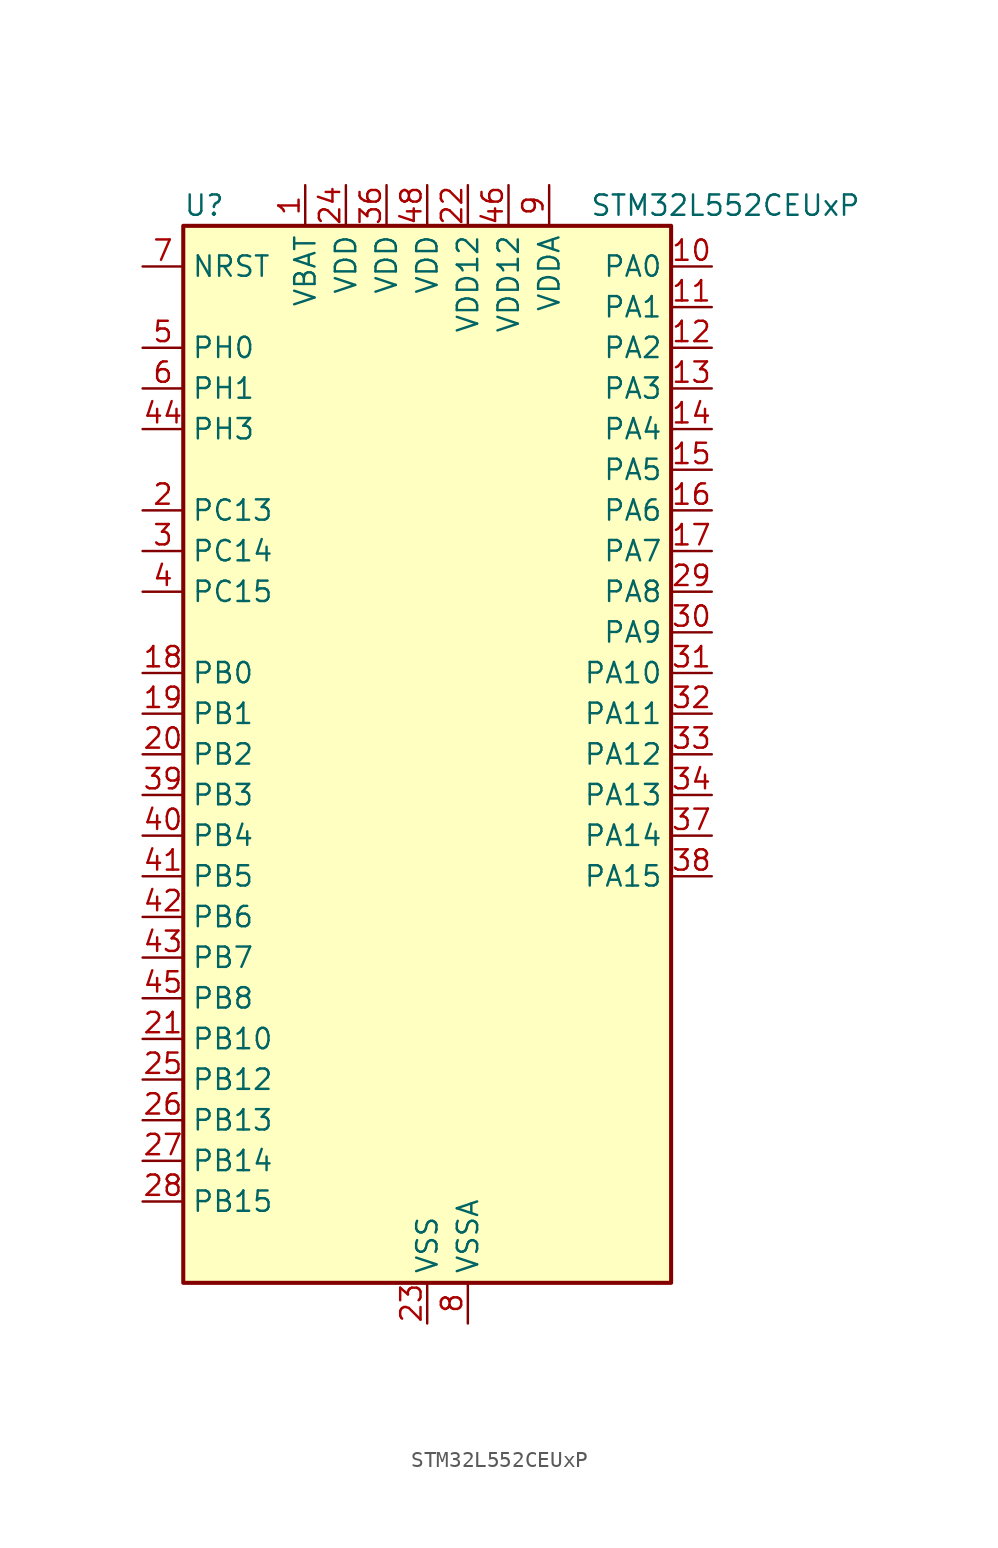
<source format=kicad_sym>
(kicad_symbol_lib
  (version 20231120)
  (generator "kicad-library-utils")
  (generator_version "8.0")
  (symbol "STM32L552CEUxP"
    (property "Reference" "U"
      (at -15.24 34.29 0)
      (effects (font (size 1.27 1.27)) (justify left)))
    (property "Value" "STM32L552CEUxP"
      (at 10.16 34.29 0)
      (effects (font (size 1.27 1.27)) (justify left)))
    (property "ki_locked" ""
      (at 0 0 0)
      (effects (font (size 1.27 1.27))))
    (symbol "STM32L552CEUxP_0_1"
      (rectangle (start -15.24 -33.02) (end 15.24 33.02) (stroke (width 0.254) (type default)) (fill (type background))))
    (symbol "STM32L552CEUxP_1_1"
      (pin power_in line (at -7.62 35.56 270) (length 2.54) (name "VBAT" (effects (font (size 1.27 1.27)))) (number "1" (effects (font (size 1.27 1.27)))))
      (pin bidirectional line (at 17.78 30.48 180) (length 2.54) (name "PA0" (effects (font (size 1.27 1.27)))) (number "10" (effects (font (size 1.27 1.27)))) (alternate "ADC1_IN5" bidirectional line) (alternate "ADC2_IN5" bidirectional line) (alternate "OPAMP1_VINP" bidirectional line) (alternate "PWR_WKUP1" bidirectional line) (alternate "SAI1_EXTCLK" bidirectional line) (alternate "TAMP_IN2" bidirectional line) (alternate "TAMP_OUT1" bidirectional line) (alternate "TIM2_CH1" bidirectional line) (alternate "TIM2_ETR" bidirectional line) (alternate "TIM5_CH1" bidirectional line) (alternate "TIM8_ETR" bidirectional line) (alternate "UART4_TX" bidirectional line) (alternate "USART2_CTS" bidirectional line) (alternate "USART2_NSS" bidirectional line))
      (pin bidirectional line (at 17.78 27.94 180) (length 2.54) (name "PA1" (effects (font (size 1.27 1.27)))) (number "11" (effects (font (size 1.27 1.27)))) (alternate "ADC1_IN6" bidirectional line) (alternate "ADC2_IN6" bidirectional line) (alternate "I2C1_SMBA" bidirectional line) (alternate "OCTOSPI1_DQS" bidirectional line) (alternate "OPAMP1_VINM" bidirectional line) (alternate "SPI1_SCK" bidirectional line) (alternate "TAMP_IN5" bidirectional line) (alternate "TAMP_OUT4" bidirectional line) (alternate "TIM15_CH1N" bidirectional line) (alternate "TIM2_CH2" bidirectional line) (alternate "TIM5_CH2" bidirectional line) (alternate "UART4_RX" bidirectional line) (alternate "USART2_DE" bidirectional line) (alternate "USART2_RTS" bidirectional line))
      (pin bidirectional line (at 17.78 25.4 180) (length 2.54) (name "PA2" (effects (font (size 1.27 1.27)))) (number "12" (effects (font (size 1.27 1.27)))) (alternate "ADC1_IN7" bidirectional line) (alternate "ADC2_IN7" bidirectional line) (alternate "COMP1_INP" bidirectional line) (alternate "LPUART1_TX" bidirectional line) (alternate "OCTOSPI1_NCS" bidirectional line) (alternate "PWR_WKUP4" bidirectional line) (alternate "RCC_LSCO" bidirectional line) (alternate "SAI2_EXTCLK" bidirectional line) (alternate "TIM15_CH1" bidirectional line) (alternate "TIM2_CH3" bidirectional line) (alternate "TIM5_CH3" bidirectional line) (alternate "UCPD1_FRSTX1" bidirectional line) (alternate "USART2_TX" bidirectional line))
      (pin bidirectional line (at 17.78 22.86 180) (length 2.54) (name "PA3" (effects (font (size 1.27 1.27)))) (number "13" (effects (font (size 1.27 1.27)))) (alternate "ADC1_IN8" bidirectional line) (alternate "ADC2_IN8" bidirectional line) (alternate "LPUART1_RX" bidirectional line) (alternate "OCTOSPI1_CLK" bidirectional line) (alternate "OPAMP1_VOUT" bidirectional line) (alternate "SAI1_CK1" bidirectional line) (alternate "SAI1_MCLK_A" bidirectional line) (alternate "TIM15_CH2" bidirectional line) (alternate "TIM2_CH4" bidirectional line) (alternate "TIM5_CH4" bidirectional line) (alternate "USART2_RX" bidirectional line))
      (pin bidirectional line (at 17.78 20.32 180) (length 2.54) (name "PA4" (effects (font (size 1.27 1.27)))) (number "14" (effects (font (size 1.27 1.27)))) (alternate "ADC1_IN9" bidirectional line) (alternate "ADC2_IN9" bidirectional line) (alternate "DAC1_OUT1" bidirectional line) (alternate "LPTIM2_OUT" bidirectional line) (alternate "OCTOSPI1_NCS" bidirectional line) (alternate "SAI1_FS_B" bidirectional line) (alternate "SPI1_NSS" bidirectional line) (alternate "SPI3_NSS" bidirectional line) (alternate "USART2_CK" bidirectional line))
      (pin bidirectional line (at 17.78 17.78 180) (length 2.54) (name "PA5" (effects (font (size 1.27 1.27)))) (number "15" (effects (font (size 1.27 1.27)))) (alternate "ADC1_IN10" bidirectional line) (alternate "ADC2_IN10" bidirectional line) (alternate "DAC1_OUT2" bidirectional line) (alternate "LPTIM2_ETR" bidirectional line) (alternate "SPI1_SCK" bidirectional line) (alternate "TIM2_CH1" bidirectional line) (alternate "TIM2_ETR" bidirectional line) (alternate "TIM8_CH1N" bidirectional line))
      (pin bidirectional line (at 17.78 15.24 180) (length 2.54) (name "PA6" (effects (font (size 1.27 1.27)))) (number "16" (effects (font (size 1.27 1.27)))) (alternate "ADC1_IN11" bidirectional line) (alternate "ADC2_IN11" bidirectional line) (alternate "LPUART1_CTS" bidirectional line) (alternate "OCTOSPI1_IO3" bidirectional line) (alternate "OPAMP2_VINP" bidirectional line) (alternate "SPI1_MISO" bidirectional line) (alternate "TIM16_CH1" bidirectional line) (alternate "TIM1_BKIN" bidirectional line) (alternate "TIM3_CH1" bidirectional line) (alternate "TIM8_BKIN" bidirectional line) (alternate "USART3_CTS" bidirectional line) (alternate "USART3_NSS" bidirectional line))
      (pin bidirectional line (at 17.78 12.7 180) (length 2.54) (name "PA7" (effects (font (size 1.27 1.27)))) (number "17" (effects (font (size 1.27 1.27)))) (alternate "ADC1_IN12" bidirectional line) (alternate "ADC2_IN12" bidirectional line) (alternate "I2C3_SCL" bidirectional line) (alternate "OCTOSPI1_IO2" bidirectional line) (alternate "OPAMP2_VINM" bidirectional line) (alternate "SPI1_MOSI" bidirectional line) (alternate "TIM17_CH1" bidirectional line) (alternate "TIM1_CH1N" bidirectional line) (alternate "TIM3_CH2" bidirectional line) (alternate "TIM8_CH1N" bidirectional line))
      (pin bidirectional line (at -17.78 5.08 0) (length 2.54) (name "PB0" (effects (font (size 1.27 1.27)))) (number "18" (effects (font (size 1.27 1.27)))) (alternate "ADC1_IN15" bidirectional line) (alternate "ADC2_IN15" bidirectional line) (alternate "COMP1_OUT" bidirectional line) (alternate "OCTOSPI1_IO1" bidirectional line) (alternate "OPAMP2_VOUT" bidirectional line) (alternate "SAI1_EXTCLK" bidirectional line) (alternate "SPI1_NSS" bidirectional line) (alternate "TIM1_CH2N" bidirectional line) (alternate "TIM3_CH3" bidirectional line) (alternate "TIM8_CH2N" bidirectional line) (alternate "USART3_CK" bidirectional line))
      (pin bidirectional line (at -17.78 2.54 0) (length 2.54) (name "PB1" (effects (font (size 1.27 1.27)))) (number "19" (effects (font (size 1.27 1.27)))) (alternate "ADC1_IN16" bidirectional line) (alternate "ADC2_IN16" bidirectional line) (alternate "COMP1_INM" bidirectional line) (alternate "DFSDM1_DATIN0" bidirectional line) (alternate "LPTIM2_IN1" bidirectional line) (alternate "LPUART1_DE" bidirectional line) (alternate "LPUART1_RTS" bidirectional line) (alternate "OCTOSPI1_IO0" bidirectional line) (alternate "TIM1_CH3N" bidirectional line) (alternate "TIM3_CH4" bidirectional line) (alternate "TIM8_CH3N" bidirectional line) (alternate "USART3_DE" bidirectional line) (alternate "USART3_RTS" bidirectional line))
      (pin bidirectional line (at -17.78 15.24 0) (length 2.54) (name "PC13" (effects (font (size 1.27 1.27)))) (number "2" (effects (font (size 1.27 1.27)))) (alternate "PWR_WKUP2" bidirectional line) (alternate "RTC_OUT1" bidirectional line) (alternate "RTC_TS" bidirectional line) (alternate "TAMP_IN1" bidirectional line) (alternate "TAMP_OUT2" bidirectional line))
      (pin bidirectional line (at -17.78 0 0) (length 2.54) (name "PB2" (effects (font (size 1.27 1.27)))) (number "20" (effects (font (size 1.27 1.27)))) (alternate "COMP1_INP" bidirectional line) (alternate "DFSDM1_CKIN0" bidirectional line) (alternate "I2C3_SMBA" bidirectional line) (alternate "LPTIM1_OUT" bidirectional line) (alternate "OCTOSPI1_DQS" bidirectional line) (alternate "RTC_OUT2" bidirectional line) (alternate "UCPD1_FRSTX1" bidirectional line))
      (pin bidirectional line (at -17.78 -17.78 0) (length 2.54) (name "PB10" (effects (font (size 1.27 1.27)))) (number "21" (effects (font (size 1.27 1.27)))) (alternate "COMP1_OUT" bidirectional line) (alternate "I2C2_SCL" bidirectional line) (alternate "I2C4_SCL" bidirectional line) (alternate "LPTIM3_OUT" bidirectional line) (alternate "LPUART1_RX" bidirectional line) (alternate "OCTOSPI1_CLK" bidirectional line) (alternate "SAI1_SCK_A" bidirectional line) (alternate "SPI2_SCK" bidirectional line) (alternate "TIM2_CH3" bidirectional line) (alternate "TSC_SYNC" bidirectional line) (alternate "USART3_TX" bidirectional line))
      (pin power_in line (at 2.54 35.56 270) (length 2.54) (name "VDD12" (effects (font (size 1.27 1.27)))) (number "22" (effects (font (size 1.27 1.27)))))
      (pin power_in line (at 0 -35.56 90) (length 2.54) (name "VSS" (effects (font (size 1.27 1.27)))) (number "23" (effects (font (size 1.27 1.27)))))
      (pin power_in line (at -5.08 35.56 270) (length 2.54) (name "VDD" (effects (font (size 1.27 1.27)))) (number "24" (effects (font (size 1.27 1.27)))))
      (pin bidirectional line (at -17.78 -20.32 0) (length 2.54) (name "PB12" (effects (font (size 1.27 1.27)))) (number "25" (effects (font (size 1.27 1.27)))) (alternate "DFSDM1_DATIN1" bidirectional line) (alternate "I2C2_SMBA" bidirectional line) (alternate "LPUART1_DE" bidirectional line) (alternate "LPUART1_RTS" bidirectional line) (alternate "OCTOSPI1_NCLK" bidirectional line) (alternate "SAI2_FS_A" bidirectional line) (alternate "SPI2_NSS" bidirectional line) (alternate "TIM15_BKIN" bidirectional line) (alternate "TIM1_BKIN" bidirectional line) (alternate "TSC_G1_IO1" bidirectional line) (alternate "USART3_CK" bidirectional line))
      (pin bidirectional line (at -17.78 -22.86 0) (length 2.54) (name "PB13" (effects (font (size 1.27 1.27)))) (number "26" (effects (font (size 1.27 1.27)))) (alternate "DFSDM1_CKIN1" bidirectional line) (alternate "I2C2_SCL" bidirectional line) (alternate "LPTIM3_IN1" bidirectional line) (alternate "LPUART1_CTS" bidirectional line) (alternate "SAI2_SCK_A" bidirectional line) (alternate "SPI2_SCK" bidirectional line) (alternate "TIM15_CH1N" bidirectional line) (alternate "TIM1_CH1N" bidirectional line) (alternate "TSC_G1_IO2" bidirectional line) (alternate "UCPD1_FRSTX2" bidirectional line) (alternate "USART3_CTS" bidirectional line) (alternate "USART3_NSS" bidirectional line))
      (pin bidirectional line (at -17.78 -25.4 0) (length 2.54) (name "PB14" (effects (font (size 1.27 1.27)))) (number "27" (effects (font (size 1.27 1.27)))) (alternate "DFSDM1_DATIN2" bidirectional line) (alternate "I2C2_SDA" bidirectional line) (alternate "LPTIM3_ETR" bidirectional line) (alternate "SAI2_MCLK_A" bidirectional line) (alternate "SPI2_MISO" bidirectional line) (alternate "TIM15_CH1" bidirectional line) (alternate "TIM1_CH2N" bidirectional line) (alternate "TIM8_CH2N" bidirectional line) (alternate "TSC_G1_IO3" bidirectional line) (alternate "UCPD1_DBCC2" bidirectional line) (alternate "USART3_DE" bidirectional line) (alternate "USART3_RTS" bidirectional line))
      (pin bidirectional line (at -17.78 -27.94 0) (length 2.54) (name "PB15" (effects (font (size 1.27 1.27)))) (number "28" (effects (font (size 1.27 1.27)))) (alternate "ADC1_EXTI15" bidirectional line) (alternate "ADC2_EXTI15" bidirectional line) (alternate "DFSDM1_CKIN2" bidirectional line) (alternate "RTC_REFIN" bidirectional line) (alternate "SAI2_SD_A" bidirectional line) (alternate "SPI2_MOSI" bidirectional line) (alternate "TIM15_CH2" bidirectional line) (alternate "TIM1_CH3N" bidirectional line) (alternate "TIM8_CH3N" bidirectional line) (alternate "UCPD1_CC2" bidirectional line))
      (pin bidirectional line (at 17.78 10.16 180) (length 2.54) (name "PA8" (effects (font (size 1.27 1.27)))) (number "29" (effects (font (size 1.27 1.27)))) (alternate "LPTIM2_OUT" bidirectional line) (alternate "RCC_MCO" bidirectional line) (alternate "SAI1_CK2" bidirectional line) (alternate "SAI1_SCK_A" bidirectional line) (alternate "TIM1_CH1" bidirectional line) (alternate "USART1_CK" bidirectional line))
      (pin bidirectional line (at -17.78 12.7 0) (length 2.54) (name "PC14" (effects (font (size 1.27 1.27)))) (number "3" (effects (font (size 1.27 1.27)))) (alternate "RCC_OSC32_IN" bidirectional line))
      (pin bidirectional line (at 17.78 7.62 180) (length 2.54) (name "PA9" (effects (font (size 1.27 1.27)))) (number "30" (effects (font (size 1.27 1.27)))) (alternate "DAC1_EXTI9" bidirectional line) (alternate "SAI1_FS_A" bidirectional line) (alternate "SPI2_SCK" bidirectional line) (alternate "TIM15_BKIN" bidirectional line) (alternate "TIM1_CH2" bidirectional line) (alternate "USART1_TX" bidirectional line))
      (pin bidirectional line (at 17.78 5.08 180) (length 2.54) (name "PA10" (effects (font (size 1.27 1.27)))) (number "31" (effects (font (size 1.27 1.27)))) (alternate "CRS_SYNC" bidirectional line) (alternate "SAI1_D1" bidirectional line) (alternate "SAI1_SD_A" bidirectional line) (alternate "TIM17_BKIN" bidirectional line) (alternate "TIM1_CH3" bidirectional line) (alternate "USART1_RX" bidirectional line))
      (pin bidirectional line (at 17.78 2.54 180) (length 2.54) (name "PA11" (effects (font (size 1.27 1.27)))) (number "32" (effects (font (size 1.27 1.27)))) (alternate "ADC1_EXTI11" bidirectional line) (alternate "ADC2_EXTI11" bidirectional line) (alternate "FDCAN1_RX" bidirectional line) (alternate "SPI1_MISO" bidirectional line) (alternate "TIM1_BKIN2" bidirectional line) (alternate "TIM1_CH4" bidirectional line) (alternate "USART1_CTS" bidirectional line) (alternate "USART1_NSS" bidirectional line) (alternate "USB_DM" bidirectional line))
      (pin bidirectional line (at 17.78 0 180) (length 2.54) (name "PA12" (effects (font (size 1.27 1.27)))) (number "33" (effects (font (size 1.27 1.27)))) (alternate "FDCAN1_TX" bidirectional line) (alternate "SPI1_MOSI" bidirectional line) (alternate "TIM1_ETR" bidirectional line) (alternate "USART1_DE" bidirectional line) (alternate "USART1_RTS" bidirectional line) (alternate "USB_DP" bidirectional line))
      (pin bidirectional line (at 17.78 -2.54 180) (length 2.54) (name "PA13" (effects (font (size 1.27 1.27)))) (number "34" (effects (font (size 1.27 1.27)))) (alternate "DEBUG_JTMS-SWDIO" bidirectional line) (alternate "IR_OUT" bidirectional line) (alternate "SAI1_SD_B" bidirectional line) (alternate "USB_NOE" bidirectional line))
      (pin passive line (at 0 -35.56 90) (length 2.54) hide (name "VSS" (effects (font (size 1.27 1.27)))) (number "35" (effects (font (size 1.27 1.27)))))
      (pin power_in line (at -2.54 35.56 270) (length 2.54) (name "VDD" (effects (font (size 1.27 1.27)))) (number "36" (effects (font (size 1.27 1.27)))))
      (pin bidirectional line (at 17.78 -5.08 180) (length 2.54) (name "PA14" (effects (font (size 1.27 1.27)))) (number "37" (effects (font (size 1.27 1.27)))) (alternate "DEBUG_JTCK-SWCLK" bidirectional line) (alternate "I2C1_SMBA" bidirectional line) (alternate "I2C4_SMBA" bidirectional line) (alternate "LPTIM1_OUT" bidirectional line) (alternate "SAI1_FS_B" bidirectional line))
      (pin bidirectional line (at 17.78 -7.62 180) (length 2.54) (name "PA15" (effects (font (size 1.27 1.27)))) (number "38" (effects (font (size 1.27 1.27)))) (alternate "ADC1_EXTI15" bidirectional line) (alternate "ADC2_EXTI15" bidirectional line) (alternate "DEBUG_JTDI" bidirectional line) (alternate "SAI2_FS_B" bidirectional line) (alternate "SPI1_NSS" bidirectional line) (alternate "SPI3_NSS" bidirectional line) (alternate "TIM2_CH1" bidirectional line) (alternate "TIM2_ETR" bidirectional line) (alternate "UART4_DE" bidirectional line) (alternate "UART4_RTS" bidirectional line) (alternate "UCPD1_CC1" bidirectional line) (alternate "USART2_RX" bidirectional line) (alternate "USART3_DE" bidirectional line) (alternate "USART3_RTS" bidirectional line))
      (pin bidirectional line (at -17.78 -2.54 0) (length 2.54) (name "PB3" (effects (font (size 1.27 1.27)))) (number "39" (effects (font (size 1.27 1.27)))) (alternate "COMP2_INM" bidirectional line) (alternate "CRS_SYNC" bidirectional line) (alternate "DEBUG_JTDO-SWO" bidirectional line) (alternate "SAI1_SCK_B" bidirectional line) (alternate "SPI1_SCK" bidirectional line) (alternate "SPI3_SCK" bidirectional line) (alternate "TIM2_CH2" bidirectional line) (alternate "USART1_DE" bidirectional line) (alternate "USART1_RTS" bidirectional line))
      (pin bidirectional line (at -17.78 10.16 0) (length 2.54) (name "PC15" (effects (font (size 1.27 1.27)))) (number "4" (effects (font (size 1.27 1.27)))) (alternate "ADC1_EXTI15" bidirectional line) (alternate "ADC2_EXTI15" bidirectional line) (alternate "RCC_OSC32_OUT" bidirectional line))
      (pin bidirectional line (at -17.78 -5.08 0) (length 2.54) (name "PB4" (effects (font (size 1.27 1.27)))) (number "40" (effects (font (size 1.27 1.27)))) (alternate "COMP2_INP" bidirectional line) (alternate "DEBUG_JTRST" bidirectional line) (alternate "I2C3_SDA" bidirectional line) (alternate "SAI1_MCLK_B" bidirectional line) (alternate "SPI1_MISO" bidirectional line) (alternate "SPI3_MISO" bidirectional line) (alternate "TIM17_BKIN" bidirectional line) (alternate "TIM3_CH1" bidirectional line) (alternate "TSC_G2_IO1" bidirectional line) (alternate "USART1_CTS" bidirectional line) (alternate "USART1_NSS" bidirectional line))
      (pin bidirectional line (at -17.78 -7.62 0) (length 2.54) (name "PB5" (effects (font (size 1.27 1.27)))) (number "41" (effects (font (size 1.27 1.27)))) (alternate "COMP2_OUT" bidirectional line) (alternate "I2C1_SMBA" bidirectional line) (alternate "LPTIM1_IN1" bidirectional line) (alternate "OCTOSPI1_NCLK" bidirectional line) (alternate "SAI1_SD_B" bidirectional line) (alternate "SPI1_MOSI" bidirectional line) (alternate "SPI3_MOSI" bidirectional line) (alternate "TIM16_BKIN" bidirectional line) (alternate "TIM3_CH2" bidirectional line) (alternate "TSC_G2_IO2" bidirectional line) (alternate "UCPD1_DBCC1" bidirectional line) (alternate "USART1_CK" bidirectional line))
      (pin bidirectional line (at -17.78 -10.16 0) (length 2.54) (name "PB6" (effects (font (size 1.27 1.27)))) (number "42" (effects (font (size 1.27 1.27)))) (alternate "COMP2_INP" bidirectional line) (alternate "I2C1_SCL" bidirectional line) (alternate "I2C4_SCL" bidirectional line) (alternate "LPTIM1_ETR" bidirectional line) (alternate "SAI1_FS_B" bidirectional line) (alternate "TIM16_CH1N" bidirectional line) (alternate "TIM4_CH1" bidirectional line) (alternate "TIM8_BKIN2" bidirectional line) (alternate "TSC_G2_IO3" bidirectional line) (alternate "USART1_TX" bidirectional line))
      (pin bidirectional line (at -17.78 -12.7 0) (length 2.54) (name "PB7" (effects (font (size 1.27 1.27)))) (number "43" (effects (font (size 1.27 1.27)))) (alternate "COMP2_INM" bidirectional line) (alternate "I2C1_SDA" bidirectional line) (alternate "I2C4_SDA" bidirectional line) (alternate "LPTIM1_IN2" bidirectional line) (alternate "PWR_PVD_IN" bidirectional line) (alternate "TIM17_CH1N" bidirectional line) (alternate "TIM4_CH2" bidirectional line) (alternate "TIM8_BKIN" bidirectional line) (alternate "TSC_G2_IO4" bidirectional line) (alternate "UART4_CTS" bidirectional line) (alternate "USART1_RX" bidirectional line))
      (pin bidirectional line (at -17.78 20.32 0) (length 2.54) (name "PH3" (effects (font (size 1.27 1.27)))) (number "44" (effects (font (size 1.27 1.27)))))
      (pin bidirectional line (at -17.78 -15.24 0) (length 2.54) (name "PB8" (effects (font (size 1.27 1.27)))) (number "45" (effects (font (size 1.27 1.27)))) (alternate "DFSDM1_CKOUT" bidirectional line) (alternate "FDCAN1_RX" bidirectional line) (alternate "I2C1_SCL" bidirectional line) (alternate "SAI1_CK1" bidirectional line) (alternate "SAI1_MCLK_A" bidirectional line) (alternate "TIM16_CH1" bidirectional line) (alternate "TIM4_CH3" bidirectional line))
      (pin power_in line (at 5.08 35.56 270) (length 2.54) (name "VDD12" (effects (font (size 1.27 1.27)))) (number "46" (effects (font (size 1.27 1.27)))))
      (pin passive line (at 0 -35.56 90) (length 2.54) hide (name "VSS" (effects (font (size 1.27 1.27)))) (number "47" (effects (font (size 1.27 1.27)))))
      (pin power_in line (at 0 35.56 270) (length 2.54) (name "VDD" (effects (font (size 1.27 1.27)))) (number "48" (effects (font (size 1.27 1.27)))))
      (pin passive line (at 0 -35.56 90) (length 2.54) hide (name "VSS" (effects (font (size 1.27 1.27)))) (number "49" (effects (font (size 1.27 1.27)))))
      (pin bidirectional line (at -17.78 25.4 0) (length 2.54) (name "PH0" (effects (font (size 1.27 1.27)))) (number "5" (effects (font (size 1.27 1.27)))) (alternate "RCC_OSC_IN" bidirectional line))
      (pin bidirectional line (at -17.78 22.86 0) (length 2.54) (name "PH1" (effects (font (size 1.27 1.27)))) (number "6" (effects (font (size 1.27 1.27)))) (alternate "RCC_OSC_OUT" bidirectional line))
      (pin input line (at -17.78 30.48 0) (length 2.54) (name "NRST" (effects (font (size 1.27 1.27)))) (number "7" (effects (font (size 1.27 1.27)))))
      (pin power_in line (at 2.54 -35.56 90) (length 2.54) (name "VSSA" (effects (font (size 1.27 1.27)))) (number "8" (effects (font (size 1.27 1.27)))))
      (pin power_in line (at 7.62 35.56 270) (length 2.54) (name "VDDA" (effects (font (size 1.27 1.27)))) (number "9" (effects (font (size 1.27 1.27))))))))
</source>
